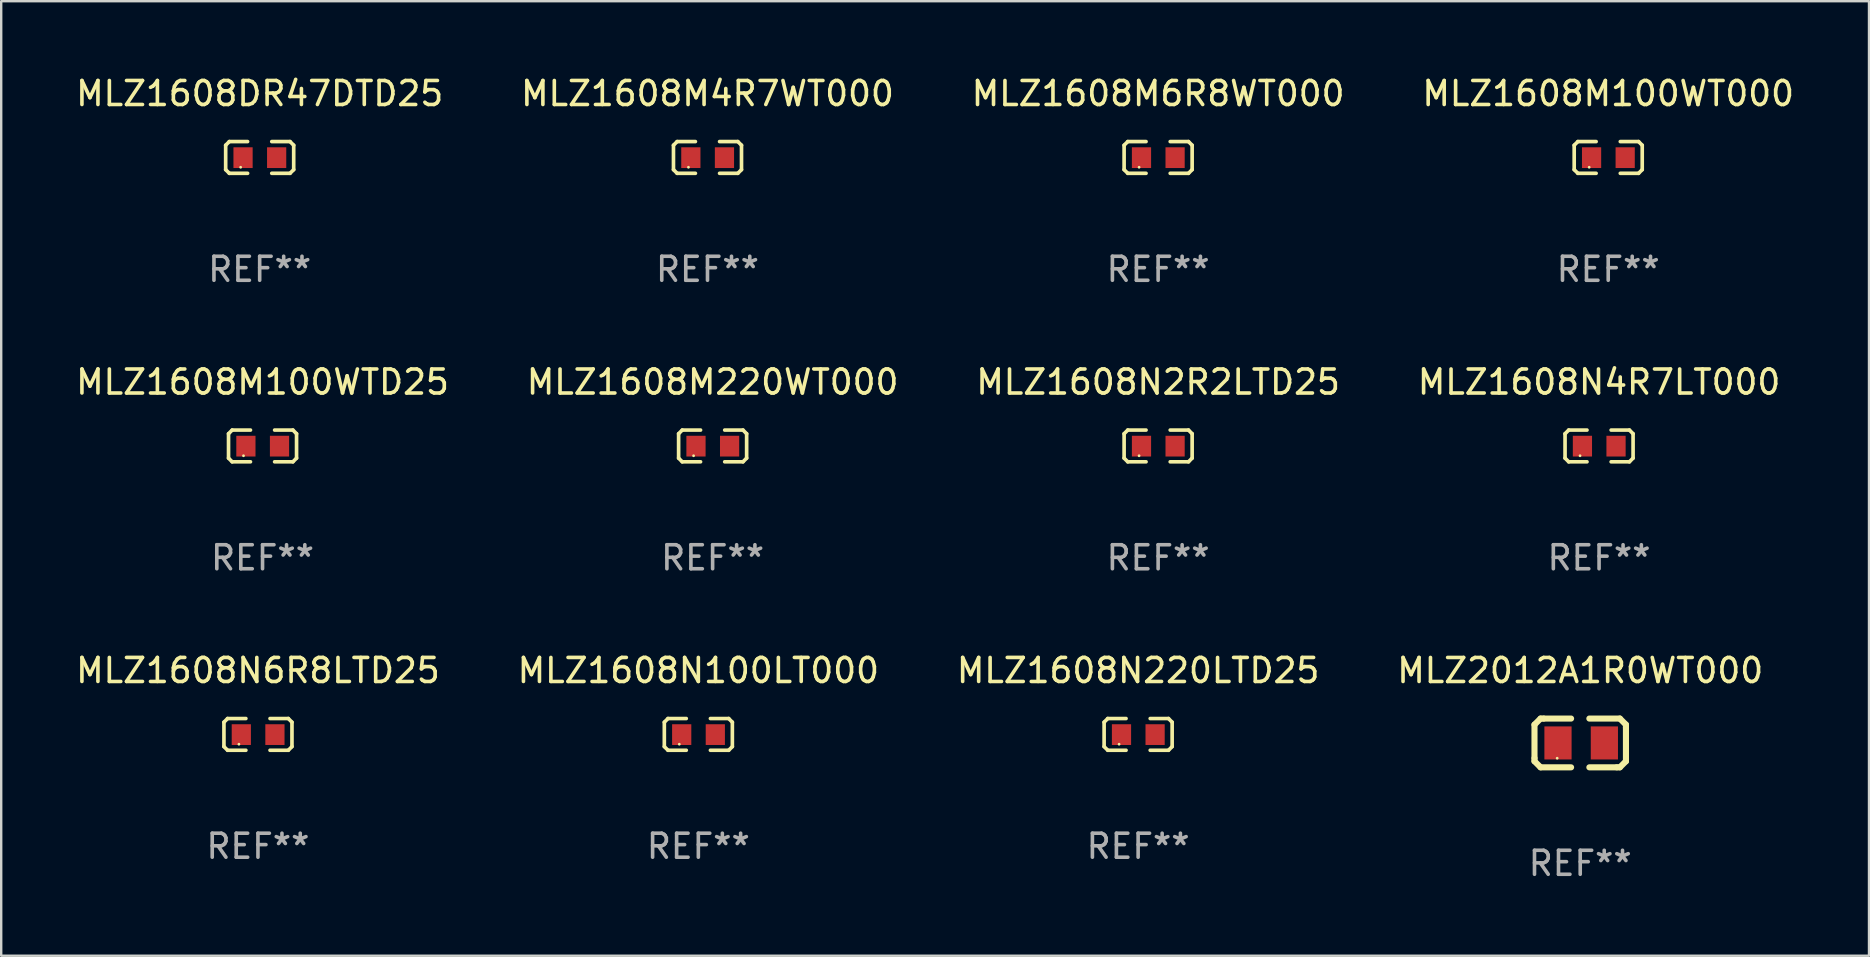
<source format=kicad_pcb>
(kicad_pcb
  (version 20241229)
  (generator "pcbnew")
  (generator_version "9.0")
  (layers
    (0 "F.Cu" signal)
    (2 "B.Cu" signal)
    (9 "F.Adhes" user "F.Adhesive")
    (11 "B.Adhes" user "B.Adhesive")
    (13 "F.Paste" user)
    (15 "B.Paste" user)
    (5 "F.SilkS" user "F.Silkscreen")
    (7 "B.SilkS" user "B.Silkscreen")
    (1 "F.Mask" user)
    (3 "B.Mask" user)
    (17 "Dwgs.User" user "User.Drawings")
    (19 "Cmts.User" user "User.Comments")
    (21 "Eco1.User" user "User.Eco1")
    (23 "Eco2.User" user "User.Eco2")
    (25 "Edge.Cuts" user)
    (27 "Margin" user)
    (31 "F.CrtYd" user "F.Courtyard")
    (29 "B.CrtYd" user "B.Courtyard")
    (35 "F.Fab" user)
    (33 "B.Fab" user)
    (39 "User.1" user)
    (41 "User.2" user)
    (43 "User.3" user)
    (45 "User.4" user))
  (footprint "MLZ1608N2R2LTD25"
    (layer "F.Cu")
    (at 45.196 15.527)
    (property "Reference" "MLZ1608N2R2LTD25" (at 0 -2.661 0) (layer "F.SilkS") (effects (font (size 1 1) (thickness 0.15))))
    (attr through_hole)
    (fp_line (start -1.417 -0.508) (end -1.265 -0.661) (stroke (width 0.152) (type solid)) (layer "F.SilkS"))
    (fp_line (start -1.417 0.508) (end -1.417 -0.508) (stroke (width 0.152) (type solid)) (layer "F.SilkS"))
    (fp_line (start -1.265 -0.661) (end -0.503 -0.661) (stroke (width 0.152) (type solid)) (layer "F.SilkS"))
    (fp_line (start -1.265 0.661) (end -1.417 0.508) (stroke (width 0.152) (type solid)) (layer "F.SilkS"))
    (fp_line (start -1.265 0.661) (end -0.503 0.661) (stroke (width 0.152) (type solid)) (layer "F.SilkS"))
    (fp_line (start 1.265 -0.661) (end 0.503 -0.661) (stroke (width 0.152) (type solid)) (layer "F.SilkS"))
    (fp_line (start 1.265 -0.661) (end 1.417 -0.508) (stroke (width 0.152) (type solid)) (layer "F.SilkS"))
    (fp_line (start 1.265 0.661) (end 0.503 0.661) (stroke (width 0.152) (type solid)) (layer "F.SilkS"))
    (fp_line (start 1.417 -0.508) (end 1.417 0.508) (stroke (width 0.152) (type solid)) (layer "F.SilkS"))
    (fp_line (start 1.417 0.508) (end 1.265 0.661) (stroke (width 0.152) (type solid)) (layer "F.SilkS"))
    (fp_circle (center -0.793 0.409) (end -0.763 0.409) (stroke (width 0.06) (type solid)) (fill no) (layer "F.SilkS"))
    (fp_text user "REF**" (at 0 4.661 0) (layer "F.Fab") (effects (font (size 1 1) (thickness 0.15))))
    (pad "1" smd rect (at -0.693 0.009 180) (size 0.8 0.864) (layers "F.Cu" "F.Mask" "F.Paste"))
    (pad "2" smd rect (at 0.707 0.009 180) (size 0.8 0.864) (layers "F.Cu" "F.Mask" "F.Paste")))
  (footprint "MLZ1608M100WTD25"
    (layer "F.Cu")
    (at 7.887 15.527)
    (property "Reference" "MLZ1608M100WTD25" (at 0 -2.661 0) (layer "F.SilkS") (effects (font (size 1 1) (thickness 0.15))))
    (attr through_hole)
    (fp_line (start -1.417 -0.508) (end -1.265 -0.661) (stroke (width 0.152) (type solid)) (layer "F.SilkS"))
    (fp_line (start -1.417 0.508) (end -1.417 -0.508) (stroke (width 0.152) (type solid)) (layer "F.SilkS"))
    (fp_line (start -1.265 -0.661) (end -0.503 -0.661) (stroke (width 0.152) (type solid)) (layer "F.SilkS"))
    (fp_line (start -1.265 0.661) (end -1.417 0.508) (stroke (width 0.152) (type solid)) (layer "F.SilkS"))
    (fp_line (start -1.265 0.661) (end -0.503 0.661) (stroke (width 0.152) (type solid)) (layer "F.SilkS"))
    (fp_line (start 1.265 -0.661) (end 0.503 -0.661) (stroke (width 0.152) (type solid)) (layer "F.SilkS"))
    (fp_line (start 1.265 -0.661) (end 1.417 -0.508) (stroke (width 0.152) (type solid)) (layer "F.SilkS"))
    (fp_line (start 1.265 0.661) (end 0.503 0.661) (stroke (width 0.152) (type solid)) (layer "F.SilkS"))
    (fp_line (start 1.417 -0.508) (end 1.417 0.508) (stroke (width 0.152) (type solid)) (layer "F.SilkS"))
    (fp_line (start 1.417 0.508) (end 1.265 0.661) (stroke (width 0.152) (type solid)) (layer "F.SilkS"))
    (fp_circle (center -0.793 0.409) (end -0.763 0.409) (stroke (width 0.06) (type solid)) (fill no) (layer "F.SilkS"))
    (fp_text user "REF**" (at 0 4.661 0) (layer "F.Fab") (effects (font (size 1 1) (thickness 0.15))))
    (pad "1" smd rect (at -0.693 0.009 180) (size 0.8 0.864) (layers "F.Cu" "F.Mask" "F.Paste"))
    (pad "2" smd rect (at 0.707 0.009 180) (size 0.8 0.864) (layers "F.Cu" "F.Mask" "F.Paste")))
  (footprint "MLZ1608M100WT000"
    (layer "F.Cu")
    (at 63.946 3.509)
    (property "Reference" "MLZ1608M100WT000" (at 0 -2.661 0) (layer "F.SilkS") (effects (font (size 1 1) (thickness 0.15))))
    (attr through_hole)
    (fp_line (start -1.417 -0.508) (end -1.265 -0.661) (stroke (width 0.152) (type solid)) (layer "F.SilkS"))
    (fp_line (start -1.417 0.508) (end -1.417 -0.508) (stroke (width 0.152) (type solid)) (layer "F.SilkS"))
    (fp_line (start -1.265 -0.661) (end -0.503 -0.661) (stroke (width 0.152) (type solid)) (layer "F.SilkS"))
    (fp_line (start -1.265 0.661) (end -1.417 0.508) (stroke (width 0.152) (type solid)) (layer "F.SilkS"))
    (fp_line (start -1.265 0.661) (end -0.503 0.661) (stroke (width 0.152) (type solid)) (layer "F.SilkS"))
    (fp_line (start 1.265 -0.661) (end 0.503 -0.661) (stroke (width 0.152) (type solid)) (layer "F.SilkS"))
    (fp_line (start 1.265 -0.661) (end 1.417 -0.508) (stroke (width 0.152) (type solid)) (layer "F.SilkS"))
    (fp_line (start 1.265 0.661) (end 0.503 0.661) (stroke (width 0.152) (type solid)) (layer "F.SilkS"))
    (fp_line (start 1.417 -0.508) (end 1.417 0.508) (stroke (width 0.152) (type solid)) (layer "F.SilkS"))
    (fp_line (start 1.417 0.508) (end 1.265 0.661) (stroke (width 0.152) (type solid)) (layer "F.SilkS"))
    (fp_circle (center -0.793 0.409) (end -0.763 0.409) (stroke (width 0.06) (type solid)) (fill no) (layer "F.SilkS"))
    (fp_text user "REF**" (at 0 4.661 0) (layer "F.Fab") (effects (font (size 1 1) (thickness 0.15))))
    (pad "1" smd rect (at -0.693 0.009 180) (size 0.8 0.864) (layers "F.Cu" "F.Mask" "F.Paste"))
    (pad "2" smd rect (at 0.707 0.009 180) (size 0.8 0.864) (layers "F.Cu" "F.Mask" "F.Paste")))
  (footprint "MLZ1608N100LT000"
    (layer "F.Cu")
    (at 26.042 27.544)
    (property "Reference" "MLZ1608N100LT000" (at 0 -2.661 0) (layer "F.SilkS") (effects (font (size 1 1) (thickness 0.15))))
    (attr through_hole)
    (fp_line (start -1.417 -0.508) (end -1.265 -0.661) (stroke (width 0.152) (type solid)) (layer "F.SilkS"))
    (fp_line (start -1.417 0.508) (end -1.417 -0.508) (stroke (width 0.152) (type solid)) (layer "F.SilkS"))
    (fp_line (start -1.265 -0.661) (end -0.503 -0.661) (stroke (width 0.152) (type solid)) (layer "F.SilkS"))
    (fp_line (start -1.265 0.661) (end -1.417 0.508) (stroke (width 0.152) (type solid)) (layer "F.SilkS"))
    (fp_line (start -1.265 0.661) (end -0.503 0.661) (stroke (width 0.152) (type solid)) (layer "F.SilkS"))
    (fp_line (start 1.265 -0.661) (end 0.503 -0.661) (stroke (width 0.152) (type solid)) (layer "F.SilkS"))
    (fp_line (start 1.265 -0.661) (end 1.417 -0.508) (stroke (width 0.152) (type solid)) (layer "F.SilkS"))
    (fp_line (start 1.265 0.661) (end 0.503 0.661) (stroke (width 0.152) (type solid)) (layer "F.SilkS"))
    (fp_line (start 1.417 -0.508) (end 1.417 0.508) (stroke (width 0.152) (type solid)) (layer "F.SilkS"))
    (fp_line (start 1.417 0.508) (end 1.265 0.661) (stroke (width 0.152) (type solid)) (layer "F.SilkS"))
    (fp_circle (center -0.793 0.409) (end -0.763 0.409) (stroke (width 0.06) (type solid)) (fill no) (layer "F.SilkS"))
    (fp_text user "REF**" (at 0 4.661 0) (layer "F.Fab") (effects (font (size 1 1) (thickness 0.15))))
    (pad "1" smd rect (at -0.693 0.009 180) (size 0.8 0.864) (layers "F.Cu" "F.Mask" "F.Paste"))
    (pad "2" smd rect (at 0.707 0.009 180) (size 0.8 0.864) (layers "F.Cu" "F.Mask" "F.Paste")))
  (footprint "MLZ1608M6R8WT000"
    (layer "F.Cu")
    (at 45.196 3.509)
    (property "Reference" "MLZ1608M6R8WT000" (at 0 -2.661 0) (layer "F.SilkS") (effects (font (size 1 1) (thickness 0.15))))
    (attr through_hole)
    (fp_line (start -1.417 -0.508) (end -1.265 -0.661) (stroke (width 0.152) (type solid)) (layer "F.SilkS"))
    (fp_line (start -1.417 0.508) (end -1.417 -0.508) (stroke (width 0.152) (type solid)) (layer "F.SilkS"))
    (fp_line (start -1.265 -0.661) (end -0.503 -0.661) (stroke (width 0.152) (type solid)) (layer "F.SilkS"))
    (fp_line (start -1.265 0.661) (end -1.417 0.508) (stroke (width 0.152) (type solid)) (layer "F.SilkS"))
    (fp_line (start -1.265 0.661) (end -0.503 0.661) (stroke (width 0.152) (type solid)) (layer "F.SilkS"))
    (fp_line (start 1.265 -0.661) (end 0.503 -0.661) (stroke (width 0.152) (type solid)) (layer "F.SilkS"))
    (fp_line (start 1.265 -0.661) (end 1.417 -0.508) (stroke (width 0.152) (type solid)) (layer "F.SilkS"))
    (fp_line (start 1.265 0.661) (end 0.503 0.661) (stroke (width 0.152) (type solid)) (layer "F.SilkS"))
    (fp_line (start 1.417 -0.508) (end 1.417 0.508) (stroke (width 0.152) (type solid)) (layer "F.SilkS"))
    (fp_line (start 1.417 0.508) (end 1.265 0.661) (stroke (width 0.152) (type solid)) (layer "F.SilkS"))
    (fp_circle (center -0.793 0.409) (end -0.763 0.409) (stroke (width 0.06) (type solid)) (fill no) (layer "F.SilkS"))
    (fp_text user "REF**" (at 0 4.661 0) (layer "F.Fab") (effects (font (size 1 1) (thickness 0.15))))
    (pad "1" smd rect (at -0.693 0.009 180) (size 0.8 0.864) (layers "F.Cu" "F.Mask" "F.Paste"))
    (pad "2" smd rect (at 0.707 0.009 180) (size 0.8 0.864) (layers "F.Cu" "F.Mask" "F.Paste")))
  (footprint "MLZ1608N6R8LTD25"
    (layer "F.Cu")
    (at 7.696 27.544)
    (property "Reference" "MLZ1608N6R8LTD25" (at 0 -2.661 0) (layer "F.SilkS") (effects (font (size 1 1) (thickness 0.15))))
    (attr through_hole)
    (fp_line (start -1.417 -0.508) (end -1.265 -0.661) (stroke (width 0.152) (type solid)) (layer "F.SilkS"))
    (fp_line (start -1.417 0.508) (end -1.417 -0.508) (stroke (width 0.152) (type solid)) (layer "F.SilkS"))
    (fp_line (start -1.265 -0.661) (end -0.503 -0.661) (stroke (width 0.152) (type solid)) (layer "F.SilkS"))
    (fp_line (start -1.265 0.661) (end -1.417 0.508) (stroke (width 0.152) (type solid)) (layer "F.SilkS"))
    (fp_line (start -1.265 0.661) (end -0.503 0.661) (stroke (width 0.152) (type solid)) (layer "F.SilkS"))
    (fp_line (start 1.265 -0.661) (end 0.503 -0.661) (stroke (width 0.152) (type solid)) (layer "F.SilkS"))
    (fp_line (start 1.265 -0.661) (end 1.417 -0.508) (stroke (width 0.152) (type solid)) (layer "F.SilkS"))
    (fp_line (start 1.265 0.661) (end 0.503 0.661) (stroke (width 0.152) (type solid)) (layer "F.SilkS"))
    (fp_line (start 1.417 -0.508) (end 1.417 0.508) (stroke (width 0.152) (type solid)) (layer "F.SilkS"))
    (fp_line (start 1.417 0.508) (end 1.265 0.661) (stroke (width 0.152) (type solid)) (layer "F.SilkS"))
    (fp_circle (center -0.793 0.409) (end -0.763 0.409) (stroke (width 0.06) (type solid)) (fill no) (layer "F.SilkS"))
    (fp_text user "REF**" (at 0 4.661 0) (layer "F.Fab") (effects (font (size 1 1) (thickness 0.15))))
    (pad "1" smd rect (at -0.693 0.009 180) (size 0.8 0.864) (layers "F.Cu" "F.Mask" "F.Paste"))
    (pad "2" smd rect (at 0.707 0.009 180) (size 0.8 0.864) (layers "F.Cu" "F.Mask" "F.Paste")))
  (footprint "MLZ1608M220WT000"
    (layer "F.Cu")
    (at 26.637 15.527)
    (property "Reference" "MLZ1608M220WT000" (at 0 -2.661 0) (layer "F.SilkS") (effects (font (size 1 1) (thickness 0.15))))
    (attr through_hole)
    (fp_line (start -1.417 -0.508) (end -1.265 -0.661) (stroke (width 0.152) (type solid)) (layer "F.SilkS"))
    (fp_line (start -1.417 0.508) (end -1.417 -0.508) (stroke (width 0.152) (type solid)) (layer "F.SilkS"))
    (fp_line (start -1.265 -0.661) (end -0.503 -0.661) (stroke (width 0.152) (type solid)) (layer "F.SilkS"))
    (fp_line (start -1.265 0.661) (end -1.417 0.508) (stroke (width 0.152) (type solid)) (layer "F.SilkS"))
    (fp_line (start -1.265 0.661) (end -0.503 0.661) (stroke (width 0.152) (type solid)) (layer "F.SilkS"))
    (fp_line (start 1.265 -0.661) (end 0.503 -0.661) (stroke (width 0.152) (type solid)) (layer "F.SilkS"))
    (fp_line (start 1.265 -0.661) (end 1.417 -0.508) (stroke (width 0.152) (type solid)) (layer "F.SilkS"))
    (fp_line (start 1.265 0.661) (end 0.503 0.661) (stroke (width 0.152) (type solid)) (layer "F.SilkS"))
    (fp_line (start 1.417 -0.508) (end 1.417 0.508) (stroke (width 0.152) (type solid)) (layer "F.SilkS"))
    (fp_line (start 1.417 0.508) (end 1.265 0.661) (stroke (width 0.152) (type solid)) (layer "F.SilkS"))
    (fp_circle (center -0.793 0.409) (end -0.763 0.409) (stroke (width 0.06) (type solid)) (fill no) (layer "F.SilkS"))
    (fp_text user "REF**" (at 0 4.661 0) (layer "F.Fab") (effects (font (size 1 1) (thickness 0.15))))
    (pad "1" smd rect (at -0.693 0.009 180) (size 0.8 0.864) (layers "F.Cu" "F.Mask" "F.Paste"))
    (pad "2" smd rect (at 0.707 0.009 180) (size 0.8 0.864) (layers "F.Cu" "F.Mask" "F.Paste")))
  (footprint "MLZ2012A1R0WT000"
    (layer "F.Cu")
    (at 62.78 27.9)
    (property "Reference" "MLZ2012A1R0WT000" (at 0 -3.016 0) (layer "F.SilkS") (effects (font (size 1 1) (thickness 0.15))))
    (attr through_hole)
    (fp_line (start -1.905 -0.762) (end -1.905 0.635) (stroke (width 0.254) (type solid)) (layer "F.SilkS"))
    (fp_line (start -1.905 0.635) (end -1.905 0.762) (stroke (width 0.254) (type solid)) (layer "F.SilkS"))
    (fp_line (start -1.905 0.762) (end -1.651 1.016) (stroke (width 0.254) (type solid)) (layer "F.SilkS"))
    (fp_line (start -1.651 -1.016) (end -1.905 -0.762) (stroke (width 0.254) (type solid)) (layer "F.SilkS"))
    (fp_line (start -1.651 1.016) (end -0.381 1.016) (stroke (width 0.254) (type solid)) (layer "F.SilkS"))
    (fp_line (start -1.524 -1.016) (end -1.651 -1.016) (stroke (width 0.254) (type solid)) (layer "F.SilkS"))
    (fp_line (start -0.381 -1.016) (end -1.524 -1.016) (stroke (width 0.254) (type solid)) (layer "F.SilkS"))
    (fp_line (start 0.381 1.016) (end 1.524 1.016) (stroke (width 0.254) (type solid)) (layer "F.SilkS"))
    (fp_line (start 1.524 1.016) (end 1.651 1.016) (stroke (width 0.254) (type solid)) (layer "F.SilkS"))
    (fp_line (start 1.651 -1.016) (end 0.381 -1.016) (stroke (width 0.254) (type solid)) (layer "F.SilkS"))
    (fp_line (start 1.651 1.016) (end 1.905 0.762) (stroke (width 0.254) (type solid)) (layer "F.SilkS"))
    (fp_line (start 1.905 -0.762) (end 1.651 -1.016) (stroke (width 0.254) (type solid)) (layer "F.SilkS"))
    (fp_line (start 1.905 -0.635) (end 1.905 -0.762) (stroke (width 0.254) (type solid)) (layer "F.SilkS"))
    (fp_line (start 1.905 0.762) (end 1.905 -0.635) (stroke (width 0.254) (type solid)) (layer "F.SilkS"))
    (fp_circle (center -0.96 0.637) (end -0.93 0.637) (stroke (width 0.06) (type solid)) (fill no) (layer "F.SilkS"))
    (fp_text user "REF**" (at 0 5.016 0) (layer "F.Fab") (effects (font (size 1 1) (thickness 0.15))))
    (pad "1" smd rect (at -0.926 -0.000051) (size 1.133 1.377) (layers "F.Cu" "F.Mask" "F.Paste"))
    (pad "2" smd rect (at 1.006 -0.000051) (size 1.133 1.377) (layers "F.Cu" "F.Mask" "F.Paste")))
  (footprint "MLZ1608N220LTD25"
    (layer "F.Cu")
    (at 44.363 27.544)
    (property "Reference" "MLZ1608N220LTD25" (at 0 -2.661 0) (layer "F.SilkS") (effects (font (size 1 1) (thickness 0.15))))
    (attr through_hole)
    (fp_line (start -1.417 -0.508) (end -1.265 -0.661) (stroke (width 0.152) (type solid)) (layer "F.SilkS"))
    (fp_line (start -1.417 0.508) (end -1.417 -0.508) (stroke (width 0.152) (type solid)) (layer "F.SilkS"))
    (fp_line (start -1.265 -0.661) (end -0.503 -0.661) (stroke (width 0.152) (type solid)) (layer "F.SilkS"))
    (fp_line (start -1.265 0.661) (end -1.417 0.508) (stroke (width 0.152) (type solid)) (layer "F.SilkS"))
    (fp_line (start -1.265 0.661) (end -0.503 0.661) (stroke (width 0.152) (type solid)) (layer "F.SilkS"))
    (fp_line (start 1.265 -0.661) (end 0.503 -0.661) (stroke (width 0.152) (type solid)) (layer "F.SilkS"))
    (fp_line (start 1.265 -0.661) (end 1.417 -0.508) (stroke (width 0.152) (type solid)) (layer "F.SilkS"))
    (fp_line (start 1.265 0.661) (end 0.503 0.661) (stroke (width 0.152) (type solid)) (layer "F.SilkS"))
    (fp_line (start 1.417 -0.508) (end 1.417 0.508) (stroke (width 0.152) (type solid)) (layer "F.SilkS"))
    (fp_line (start 1.417 0.508) (end 1.265 0.661) (stroke (width 0.152) (type solid)) (layer "F.SilkS"))
    (fp_circle (center -0.793 0.409) (end -0.763 0.409) (stroke (width 0.06) (type solid)) (fill no) (layer "F.SilkS"))
    (fp_text user "REF**" (at 0 4.661 0) (layer "F.Fab") (effects (font (size 1 1) (thickness 0.15))))
    (pad "1" smd rect (at -0.693 0.009 180) (size 0.8 0.864) (layers "F.Cu" "F.Mask" "F.Paste"))
    (pad "2" smd rect (at 0.707 0.009 180) (size 0.8 0.864) (layers "F.Cu" "F.Mask" "F.Paste")))
  (footprint "MLZ1608DR47DTD25"
    (layer "F.Cu")
    (at 7.768 3.509)
    (property "Reference" "MLZ1608DR47DTD25" (at 0 -2.661 0) (layer "F.SilkS") (effects (font (size 1 1) (thickness 0.15))))
    (attr through_hole)
    (fp_line (start -1.417 -0.508) (end -1.265 -0.661) (stroke (width 0.152) (type solid)) (layer "F.SilkS"))
    (fp_line (start -1.417 0.508) (end -1.417 -0.508) (stroke (width 0.152) (type solid)) (layer "F.SilkS"))
    (fp_line (start -1.265 -0.661) (end -0.503 -0.661) (stroke (width 0.152) (type solid)) (layer "F.SilkS"))
    (fp_line (start -1.265 0.661) (end -1.417 0.508) (stroke (width 0.152) (type solid)) (layer "F.SilkS"))
    (fp_line (start -1.265 0.661) (end -0.503 0.661) (stroke (width 0.152) (type solid)) (layer "F.SilkS"))
    (fp_line (start 1.265 -0.661) (end 0.503 -0.661) (stroke (width 0.152) (type solid)) (layer "F.SilkS"))
    (fp_line (start 1.265 -0.661) (end 1.417 -0.508) (stroke (width 0.152) (type solid)) (layer "F.SilkS"))
    (fp_line (start 1.265 0.661) (end 0.503 0.661) (stroke (width 0.152) (type solid)) (layer "F.SilkS"))
    (fp_line (start 1.417 -0.508) (end 1.417 0.508) (stroke (width 0.152) (type solid)) (layer "F.SilkS"))
    (fp_line (start 1.417 0.508) (end 1.265 0.661) (stroke (width 0.152) (type solid)) (layer "F.SilkS"))
    (fp_circle (center -0.793 0.409) (end -0.763 0.409) (stroke (width 0.06) (type solid)) (fill no) (layer "F.SilkS"))
    (fp_text user "REF**" (at 0 4.661 0) (layer "F.Fab") (effects (font (size 1 1) (thickness 0.15))))
    (pad "1" smd rect (at -0.693 0.009 180) (size 0.8 0.864) (layers "F.Cu" "F.Mask" "F.Paste"))
    (pad "2" smd rect (at 0.707 0.009 180) (size 0.8 0.864) (layers "F.Cu" "F.Mask" "F.Paste")))
  (footprint "MLZ1608M4R7WT000"
    (layer "F.Cu")
    (at 26.423 3.509)
    (property "Reference" "MLZ1608M4R7WT000" (at 0 -2.661 0) (layer "F.SilkS") (effects (font (size 1 1) (thickness 0.15))))
    (attr through_hole)
    (fp_line (start -1.417 -0.508) (end -1.265 -0.661) (stroke (width 0.152) (type solid)) (layer "F.SilkS"))
    (fp_line (start -1.417 0.508) (end -1.417 -0.508) (stroke (width 0.152) (type solid)) (layer "F.SilkS"))
    (fp_line (start -1.265 -0.661) (end -0.503 -0.661) (stroke (width 0.152) (type solid)) (layer "F.SilkS"))
    (fp_line (start -1.265 0.661) (end -1.417 0.508) (stroke (width 0.152) (type solid)) (layer "F.SilkS"))
    (fp_line (start -1.265 0.661) (end -0.503 0.661) (stroke (width 0.152) (type solid)) (layer "F.SilkS"))
    (fp_line (start 1.265 -0.661) (end 0.503 -0.661) (stroke (width 0.152) (type solid)) (layer "F.SilkS"))
    (fp_line (start 1.265 -0.661) (end 1.417 -0.508) (stroke (width 0.152) (type solid)) (layer "F.SilkS"))
    (fp_line (start 1.265 0.661) (end 0.503 0.661) (stroke (width 0.152) (type solid)) (layer "F.SilkS"))
    (fp_line (start 1.417 -0.508) (end 1.417 0.508) (stroke (width 0.152) (type solid)) (layer "F.SilkS"))
    (fp_line (start 1.417 0.508) (end 1.265 0.661) (stroke (width 0.152) (type solid)) (layer "F.SilkS"))
    (fp_circle (center -0.793 0.409) (end -0.763 0.409) (stroke (width 0.06) (type solid)) (fill no) (layer "F.SilkS"))
    (fp_text user "REF**" (at 0 4.661 0) (layer "F.Fab") (effects (font (size 1 1) (thickness 0.15))))
    (pad "1" smd rect (at -0.693 0.009 180) (size 0.8 0.864) (layers "F.Cu" "F.Mask" "F.Paste"))
    (pad "2" smd rect (at 0.707 0.009 180) (size 0.8 0.864) (layers "F.Cu" "F.Mask" "F.Paste")))
  (footprint "MLZ1608N4R7LT000"
    (layer "F.Cu")
    (at 63.565 15.527)
    (property "Reference" "MLZ1608N4R7LT000" (at 0 -2.661 0) (layer "F.SilkS") (effects (font (size 1 1) (thickness 0.15))))
    (attr through_hole)
    (fp_line (start -1.417 -0.508) (end -1.265 -0.661) (stroke (width 0.152) (type solid)) (layer "F.SilkS"))
    (fp_line (start -1.417 0.508) (end -1.417 -0.508) (stroke (width 0.152) (type solid)) (layer "F.SilkS"))
    (fp_line (start -1.265 -0.661) (end -0.503 -0.661) (stroke (width 0.152) (type solid)) (layer "F.SilkS"))
    (fp_line (start -1.265 0.661) (end -1.417 0.508) (stroke (width 0.152) (type solid)) (layer "F.SilkS"))
    (fp_line (start -1.265 0.661) (end -0.503 0.661) (stroke (width 0.152) (type solid)) (layer "F.SilkS"))
    (fp_line (start 1.265 -0.661) (end 0.503 -0.661) (stroke (width 0.152) (type solid)) (layer "F.SilkS"))
    (fp_line (start 1.265 -0.661) (end 1.417 -0.508) (stroke (width 0.152) (type solid)) (layer "F.SilkS"))
    (fp_line (start 1.265 0.661) (end 0.503 0.661) (stroke (width 0.152) (type solid)) (layer "F.SilkS"))
    (fp_line (start 1.417 -0.508) (end 1.417 0.508) (stroke (width 0.152) (type solid)) (layer "F.SilkS"))
    (fp_line (start 1.417 0.508) (end 1.265 0.661) (stroke (width 0.152) (type solid)) (layer "F.SilkS"))
    (fp_circle (center -0.793 0.409) (end -0.763 0.409) (stroke (width 0.06) (type solid)) (fill no) (layer "F.SilkS"))
    (fp_text user "REF**" (at 0 4.661 0) (layer "F.Fab") (effects (font (size 1 1) (thickness 0.15))))
    (pad "1" smd rect (at -0.693 0.009 180) (size 0.8 0.864) (layers "F.Cu" "F.Mask" "F.Paste"))
    (pad "2" smd rect (at 0.707 0.009 180) (size 0.8 0.864) (layers "F.Cu" "F.Mask" "F.Paste")))
  (gr_rect
    (start -3 -3)
    (end 74.81 36.764)
    (stroke (width 0.1) (type default))
    (fill no)
    (layer "Edge.Cuts")))
</source>
